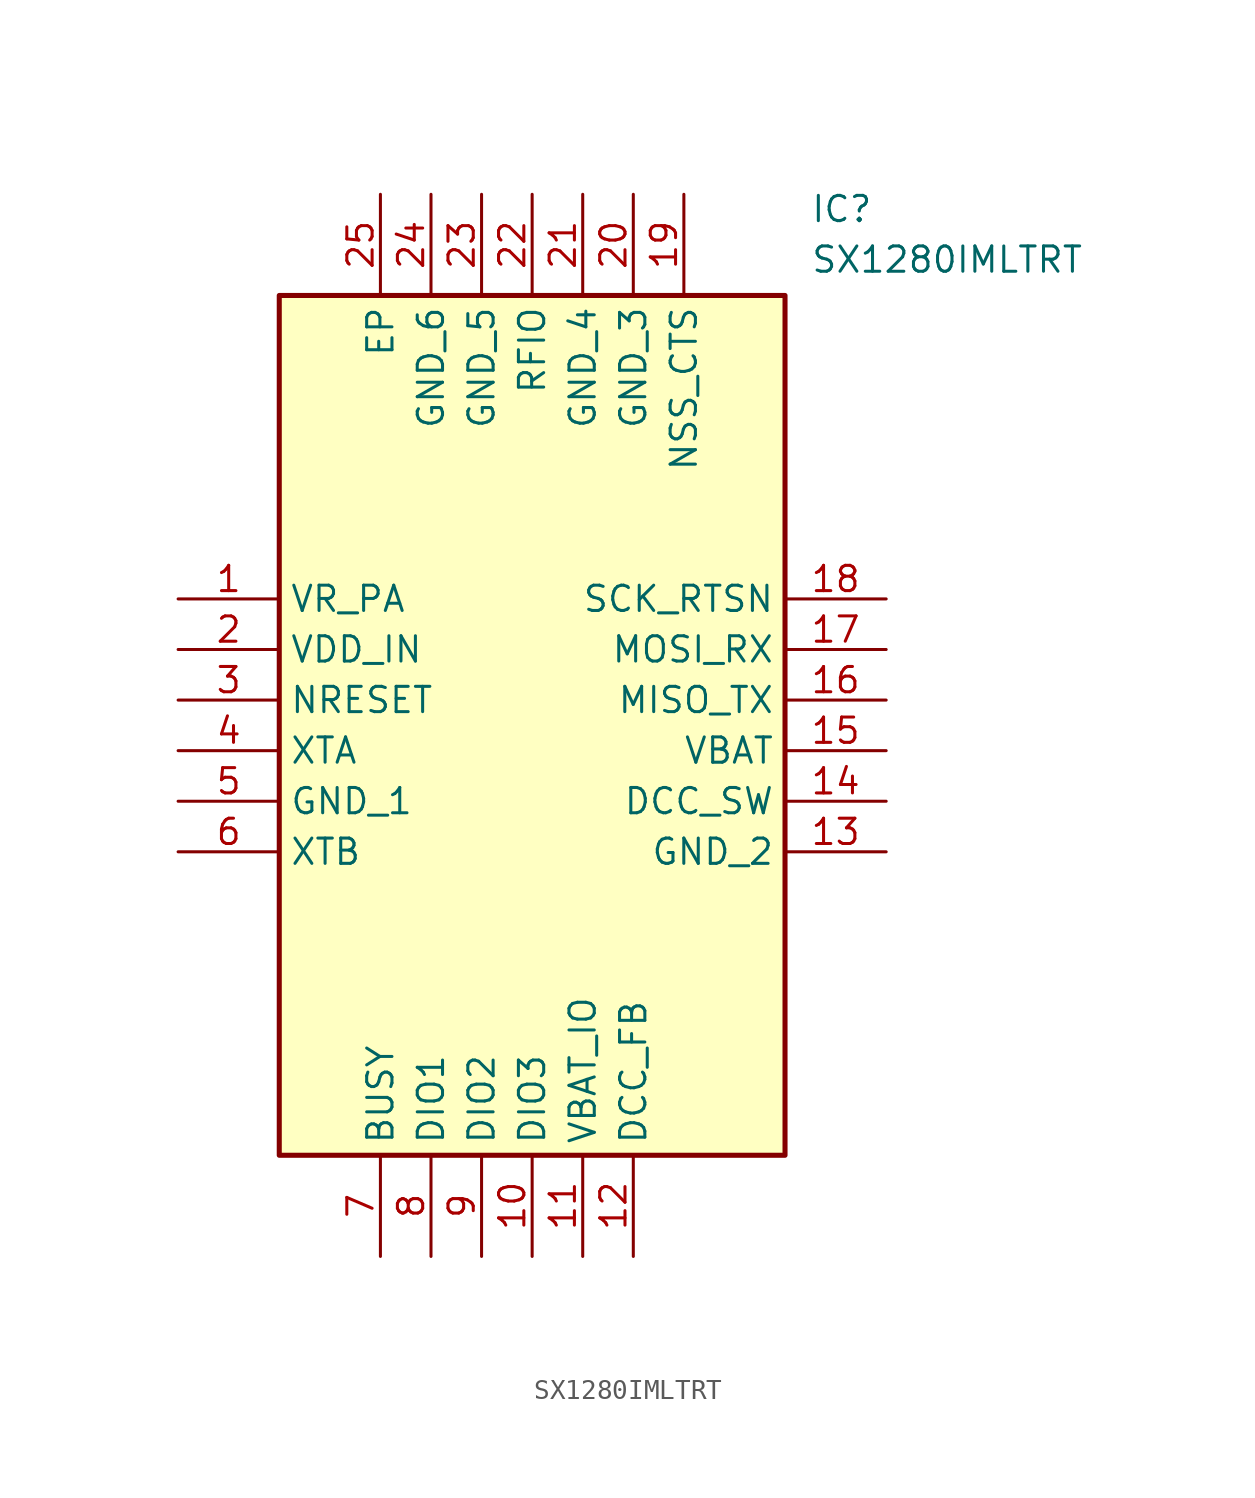
<source format=kicad_sym>
(kicad_symbol_lib
  (version 20211014)
  (generator SamacSys_ECAD_Model)
  (symbol "SX1280IMLTRT"
    (property "Reference" "IC"
      (at 31.75 20.32 0)
      (effects (font (size 1.27 1.27)) (justify left top)))
    (property "Value" "SX1280IMLTRT"
      (at 31.75 17.78 0)
      (effects (font (size 1.27 1.27)) (justify left top)))
    (rectangle
      (start 5.08 15.24)
      (end 30.48 -27.94)
      (stroke (width 0.254) (type default))
      (fill (type background)))
    (pin passive line
      (at 0 0 0)
      (length 5.08)
      (name "VR_PA" (effects (font (size 1.27 1.27))))
      (number "1" (effects (font (size 1.27 1.27)))))
    (pin passive line
      (at 0 -2.54 0)
      (length 5.08)
      (name "VDD_IN" (effects (font (size 1.27 1.27))))
      (number "2" (effects (font (size 1.27 1.27)))))
    (pin passive line
      (at 0 -5.08 0)
      (length 5.08)
      (name "NRESET" (effects (font (size 1.27 1.27))))
      (number "3" (effects (font (size 1.27 1.27)))))
    (pin passive line
      (at 0 -7.62 0)
      (length 5.08)
      (name "XTA" (effects (font (size 1.27 1.27))))
      (number "4" (effects (font (size 1.27 1.27)))))
    (pin passive line
      (at 0 -10.16 0)
      (length 5.08)
      (name "GND_1" (effects (font (size 1.27 1.27))))
      (number "5" (effects (font (size 1.27 1.27)))))
    (pin passive line
      (at 0 -12.7 0)
      (length 5.08)
      (name "XTB" (effects (font (size 1.27 1.27))))
      (number "6" (effects (font (size 1.27 1.27)))))
    (pin passive line
      (at 10.16 -33.02 90)
      (length 5.08)
      (name "BUSY" (effects (font (size 1.27 1.27))))
      (number "7" (effects (font (size 1.27 1.27)))))
    (pin passive line
      (at 12.7 -33.02 90)
      (length 5.08)
      (name "DIO1" (effects (font (size 1.27 1.27))))
      (number "8" (effects (font (size 1.27 1.27)))))
    (pin passive line
      (at 15.24 -33.02 90)
      (length 5.08)
      (name "DIO2" (effects (font (size 1.27 1.27))))
      (number "9" (effects (font (size 1.27 1.27)))))
    (pin passive line
      (at 17.78 -33.02 90)
      (length 5.08)
      (name "DIO3" (effects (font (size 1.27 1.27))))
      (number "10" (effects (font (size 1.27 1.27)))))
    (pin passive line
      (at 20.32 -33.02 90)
      (length 5.08)
      (name "VBAT_IO" (effects (font (size 1.27 1.27))))
      (number "11" (effects (font (size 1.27 1.27)))))
    (pin passive line
      (at 22.86 -33.02 90)
      (length 5.08)
      (name "DCC_FB" (effects (font (size 1.27 1.27))))
      (number "12" (effects (font (size 1.27 1.27)))))
    (pin passive line
      (at 35.56 0 180)
      (length 5.08)
      (name "SCK_RTSN" (effects (font (size 1.27 1.27))))
      (number "18" (effects (font (size 1.27 1.27)))))
    (pin passive line
      (at 35.56 -2.54 180)
      (length 5.08)
      (name "MOSI_RX" (effects (font (size 1.27 1.27))))
      (number "17" (effects (font (size 1.27 1.27)))))
    (pin passive line
      (at 35.56 -5.08 180)
      (length 5.08)
      (name "MISO_TX" (effects (font (size 1.27 1.27))))
      (number "16" (effects (font (size 1.27 1.27)))))
    (pin passive line
      (at 35.56 -7.62 180)
      (length 5.08)
      (name "VBAT" (effects (font (size 1.27 1.27))))
      (number "15" (effects (font (size 1.27 1.27)))))
    (pin passive line
      (at 35.56 -10.16 180)
      (length 5.08)
      (name "DCC_SW" (effects (font (size 1.27 1.27))))
      (number "14" (effects (font (size 1.27 1.27)))))
    (pin passive line
      (at 35.56 -12.7 180)
      (length 5.08)
      (name "GND_2" (effects (font (size 1.27 1.27))))
      (number "13" (effects (font (size 1.27 1.27)))))
    (pin passive line
      (at 10.16 20.32 270)
      (length 5.08)
      (name "EP" (effects (font (size 1.27 1.27))))
      (number "25" (effects (font (size 1.27 1.27)))))
    (pin passive line
      (at 12.7 20.32 270)
      (length 5.08)
      (name "GND_6" (effects (font (size 1.27 1.27))))
      (number "24" (effects (font (size 1.27 1.27)))))
    (pin passive line
      (at 15.24 20.32 270)
      (length 5.08)
      (name "GND_5" (effects (font (size 1.27 1.27))))
      (number "23" (effects (font (size 1.27 1.27)))))
    (pin passive line
      (at 17.78 20.32 270)
      (length 5.08)
      (name "RFIO" (effects (font (size 1.27 1.27))))
      (number "22" (effects (font (size 1.27 1.27)))))
    (pin passive line
      (at 20.32 20.32 270)
      (length 5.08)
      (name "GND_4" (effects (font (size 1.27 1.27))))
      (number "21" (effects (font (size 1.27 1.27)))))
    (pin passive line
      (at 22.86 20.32 270)
      (length 5.08)
      (name "GND_3" (effects (font (size 1.27 1.27))))
      (number "20" (effects (font (size 1.27 1.27)))))
    (pin passive line
      (at 25.4 20.32 270)
      (length 5.08)
      (name "NSS_CTS" (effects (font (size 1.27 1.27))))
      (number "19" (effects (font (size 1.27 1.27)))))))
</source>
